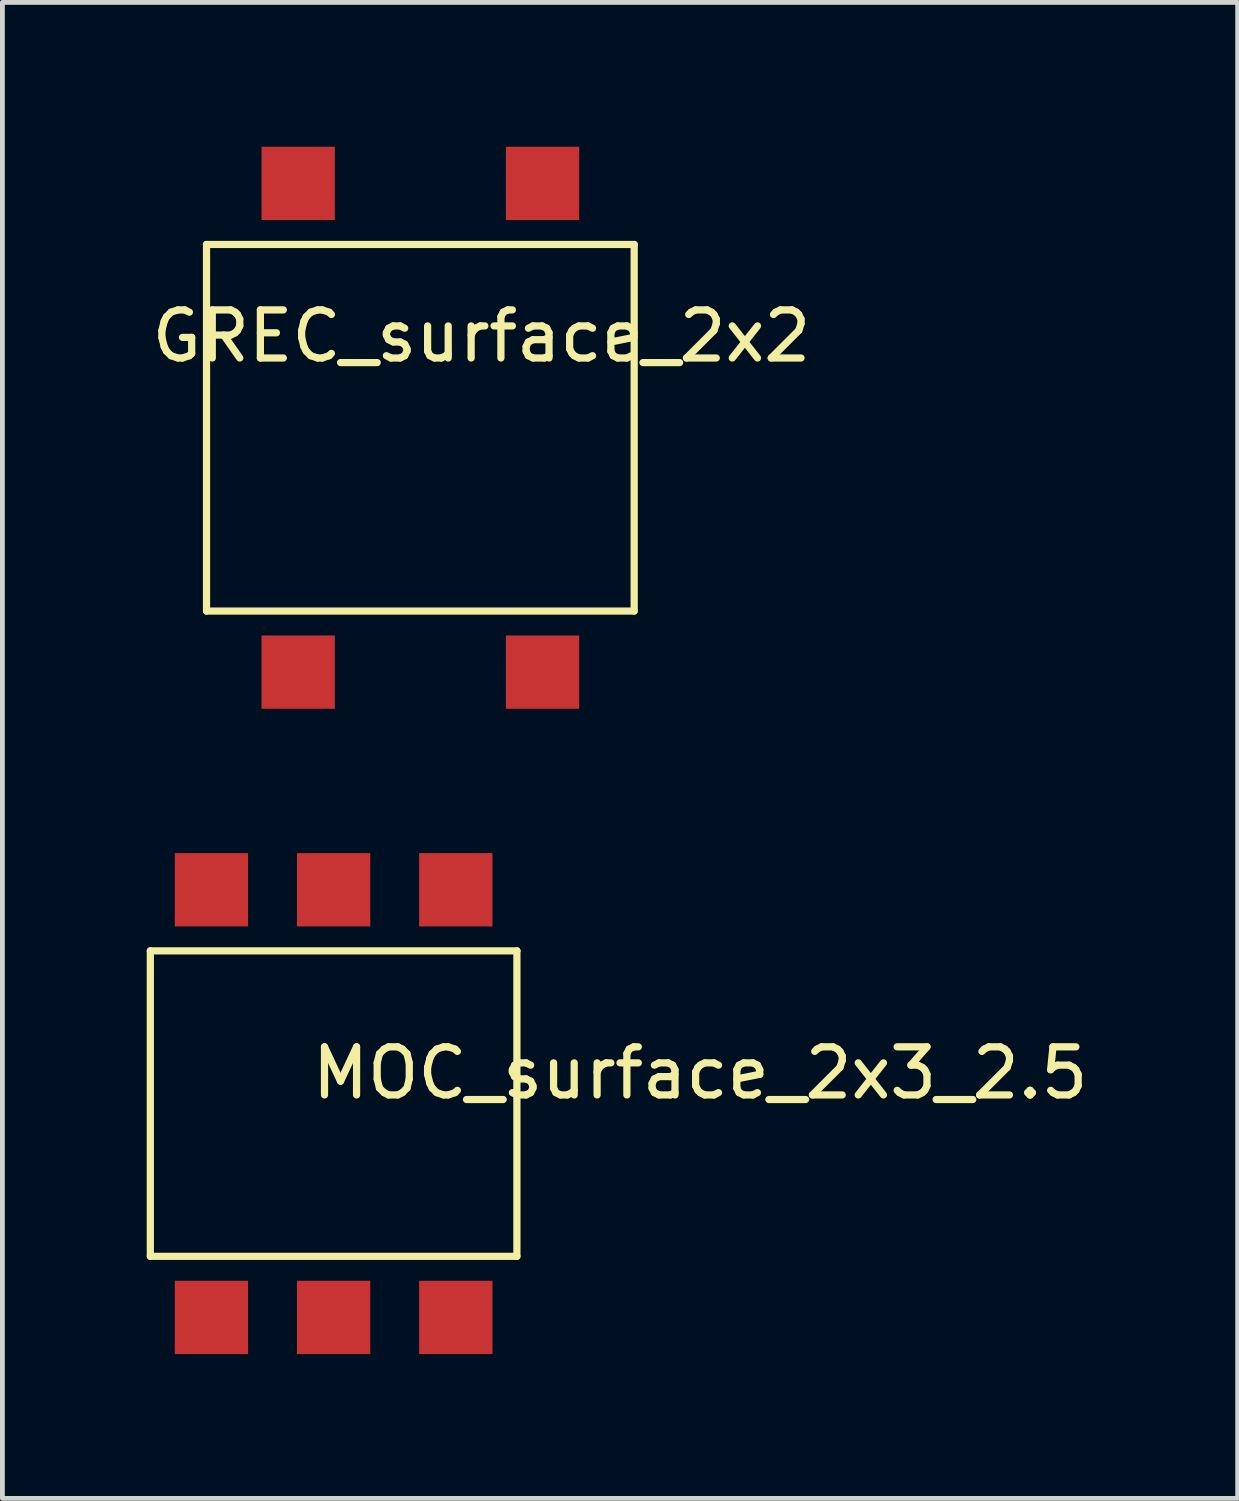
<source format=kicad_pcb>
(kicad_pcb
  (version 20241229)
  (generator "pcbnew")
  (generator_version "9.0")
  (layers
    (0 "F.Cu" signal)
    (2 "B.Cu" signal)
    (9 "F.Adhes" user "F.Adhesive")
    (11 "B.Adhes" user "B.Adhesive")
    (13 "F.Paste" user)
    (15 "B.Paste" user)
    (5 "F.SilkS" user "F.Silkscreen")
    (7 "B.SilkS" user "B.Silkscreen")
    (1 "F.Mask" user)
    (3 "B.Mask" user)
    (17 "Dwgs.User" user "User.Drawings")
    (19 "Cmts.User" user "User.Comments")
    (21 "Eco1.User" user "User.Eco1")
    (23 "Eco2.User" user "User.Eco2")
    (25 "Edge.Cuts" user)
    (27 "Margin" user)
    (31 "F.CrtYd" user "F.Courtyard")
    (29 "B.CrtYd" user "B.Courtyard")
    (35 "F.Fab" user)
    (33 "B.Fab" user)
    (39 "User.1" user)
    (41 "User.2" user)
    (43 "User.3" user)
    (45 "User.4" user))
  (footprint "GREC_surface_2x2"
    (layer "F.Cu")
    (at 5.688 5.842)
    (property "Reference" "GREC_surface_2x2" (at 1.27 -1.905 0) (layer "F.SilkS") (effects (font (size 1 1) (thickness 0.15))))
    (attr through_hole)
    (fp_line (start -4.445 -3.81) (end 4.445 -3.81) (stroke (width 0.15) (type solid)) (layer "F.SilkS"))
    (fp_line (start -4.445 3.81) (end -4.445 -3.81) (stroke (width 0.15) (type solid)) (layer "F.SilkS"))
    (fp_line (start 4.445 -3.81) (end 4.445 3.81) (stroke (width 0.15) (type solid)) (layer "F.SilkS"))
    (fp_line (start 4.445 3.81) (end -4.445 3.81) (stroke (width 0.15) (type solid)) (layer "F.SilkS"))
    (pad "1" smd rect (at -2.54 -5.08) (size 1.524 1.524) (layers "F.Cu" "F.Mask" "F.Paste"))
    (pad "2" smd rect (at 2.54 5.08) (size 1.524 1.524) (layers "F.Cu" "F.Mask" "F.Paste"))
    (pad "3" smd rect (at 2.54 -5.08) (size 1.524 1.524) (layers "F.Cu" "F.Mask" "F.Paste"))
    (pad "4" smd rect (at -2.54 5.08) (size 1.524 1.524) (layers "F.Cu" "F.Mask" "F.Paste")))
  (footprint "MOC_surface_2x3_2.5"
    (layer "F.Cu")
    (at 3.885 19.256)
    (property "Reference" "MOC_surface_2x3_2.5" (at 7.62 0 0) (layer "F.SilkS") (effects (font (size 1 1) (thickness 0.15))))
    (attr through_hole)
    (fp_line (start -3.81 -2.54) (end 3.81 -2.54) (stroke (width 0.15) (type solid)) (layer "F.SilkS"))
    (fp_line (start -3.81 3.81) (end -3.81 -2.54) (stroke (width 0.15) (type solid)) (layer "F.SilkS"))
    (fp_line (start 3.81 -2.54) (end 3.81 3.81) (stroke (width 0.15) (type solid)) (layer "F.SilkS"))
    (fp_line (start 3.81 3.81) (end -3.81 3.81) (stroke (width 0.15) (type solid)) (layer "F.SilkS"))
    (pad "1" smd rect (at -2.54 5.08) (size 1.524 1.524) (layers "F.Cu" "F.Mask" "F.Paste"))
    (pad "2" smd rect (at 0 5.08) (size 1.524 1.524) (layers "F.Cu" "F.Mask" "F.Paste"))
    (pad "3" smd rect (at 2.54 5.08) (size 1.524 1.524) (layers "F.Cu" "F.Mask" "F.Paste"))
    (pad "4" smd rect (at 2.54 -3.81) (size 1.524 1.524) (layers "F.Cu" "F.Mask" "F.Paste"))
    (pad "5" smd rect (at 0 -3.81) (size 1.524 1.524) (layers "F.Cu" "F.Mask" "F.Paste"))
    (pad "6" smd rect (at -2.54 -3.81) (size 1.524 1.524) (layers "F.Cu" "F.Mask" "F.Paste")))
  (gr_rect
    (start -3 -3)
    (end 22.678 28.098)
    (stroke (width 0.1) (type default))
    (fill no)
    (layer "Edge.Cuts")))
</source>
